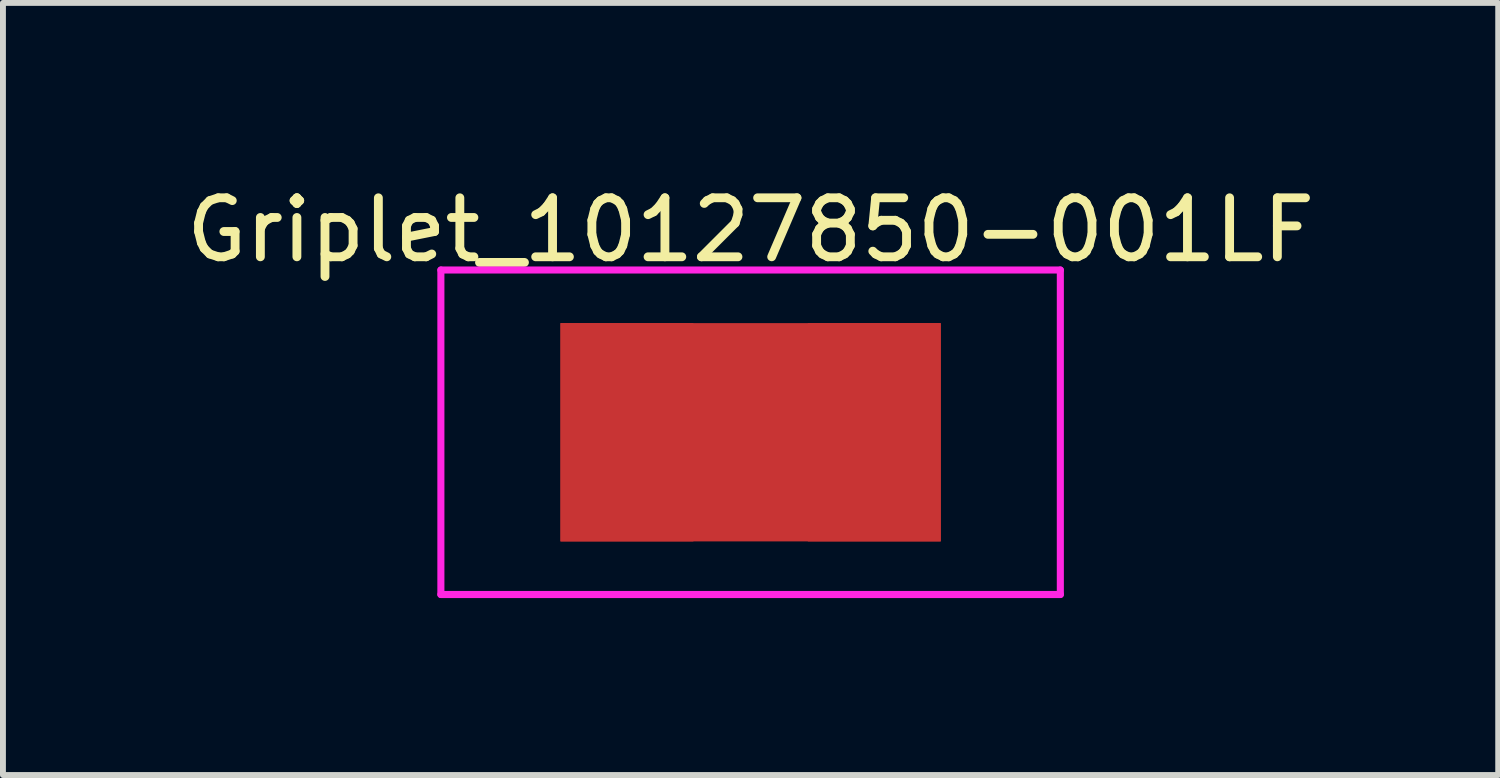
<source format=kicad_pcb>
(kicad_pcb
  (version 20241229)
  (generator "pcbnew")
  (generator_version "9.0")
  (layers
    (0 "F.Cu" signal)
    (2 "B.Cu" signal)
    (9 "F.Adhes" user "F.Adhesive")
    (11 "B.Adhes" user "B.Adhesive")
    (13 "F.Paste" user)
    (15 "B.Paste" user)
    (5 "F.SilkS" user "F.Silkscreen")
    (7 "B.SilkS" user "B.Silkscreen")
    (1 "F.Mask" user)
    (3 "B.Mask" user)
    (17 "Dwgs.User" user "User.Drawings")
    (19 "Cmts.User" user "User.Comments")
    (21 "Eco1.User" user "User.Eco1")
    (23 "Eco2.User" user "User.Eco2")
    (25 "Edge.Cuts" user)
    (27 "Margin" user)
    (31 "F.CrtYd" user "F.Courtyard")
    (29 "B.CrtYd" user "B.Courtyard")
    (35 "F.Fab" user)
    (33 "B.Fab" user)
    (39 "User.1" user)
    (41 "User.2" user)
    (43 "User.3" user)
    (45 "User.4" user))
  (footprint "Griplet_10127850-001LF"
    (layer "F.Cu")
    (at 9.673 4.277)
    (property "Reference" "Griplet_10127850-001LF" (at 0 -3.429 0) (layer "F.SilkS") (effects (font (size 1 1) (thickness 0.15))))
    (attr through_hole)
    (fp_line (start -5.25 2.75) (end -5.25 -2.75) (stroke (width 0.12) (type solid)) (layer "F.CrtYd"))
    (fp_line (start -5.25 2.75) (end 5.25 2.75) (stroke (width 0.12) (type solid)) (layer "F.CrtYd"))
    (fp_line (start 5.25 -2.75) (end -5.25 -2.75) (stroke (width 0.12) (type solid)) (layer "F.CrtYd"))
    (fp_line (start 5.25 -2.75) (end 5.25 2.75) (stroke (width 0.12) (type solid)) (layer "F.CrtYd"))
    (pad "1" smd rect (at -2.095 0 180) (size 2.25 3.7) (layers "F.Cu" "F.Mask" "F.Paste"))
    (pad "1" smd rect (at 0 0) (size 6.45 3.7) (layers "F.Cu"))
    (pad "1" smd rect (at 2.095 0) (size 2.25 3.7) (layers "F.Cu" "F.Mask" "F.Paste")))
  (gr_rect
    (start -3 -3)
    (end 22.345 10.087)
    (stroke (width 0.1) (type default))
    (fill no)
    (layer "Edge.Cuts")))
</source>
